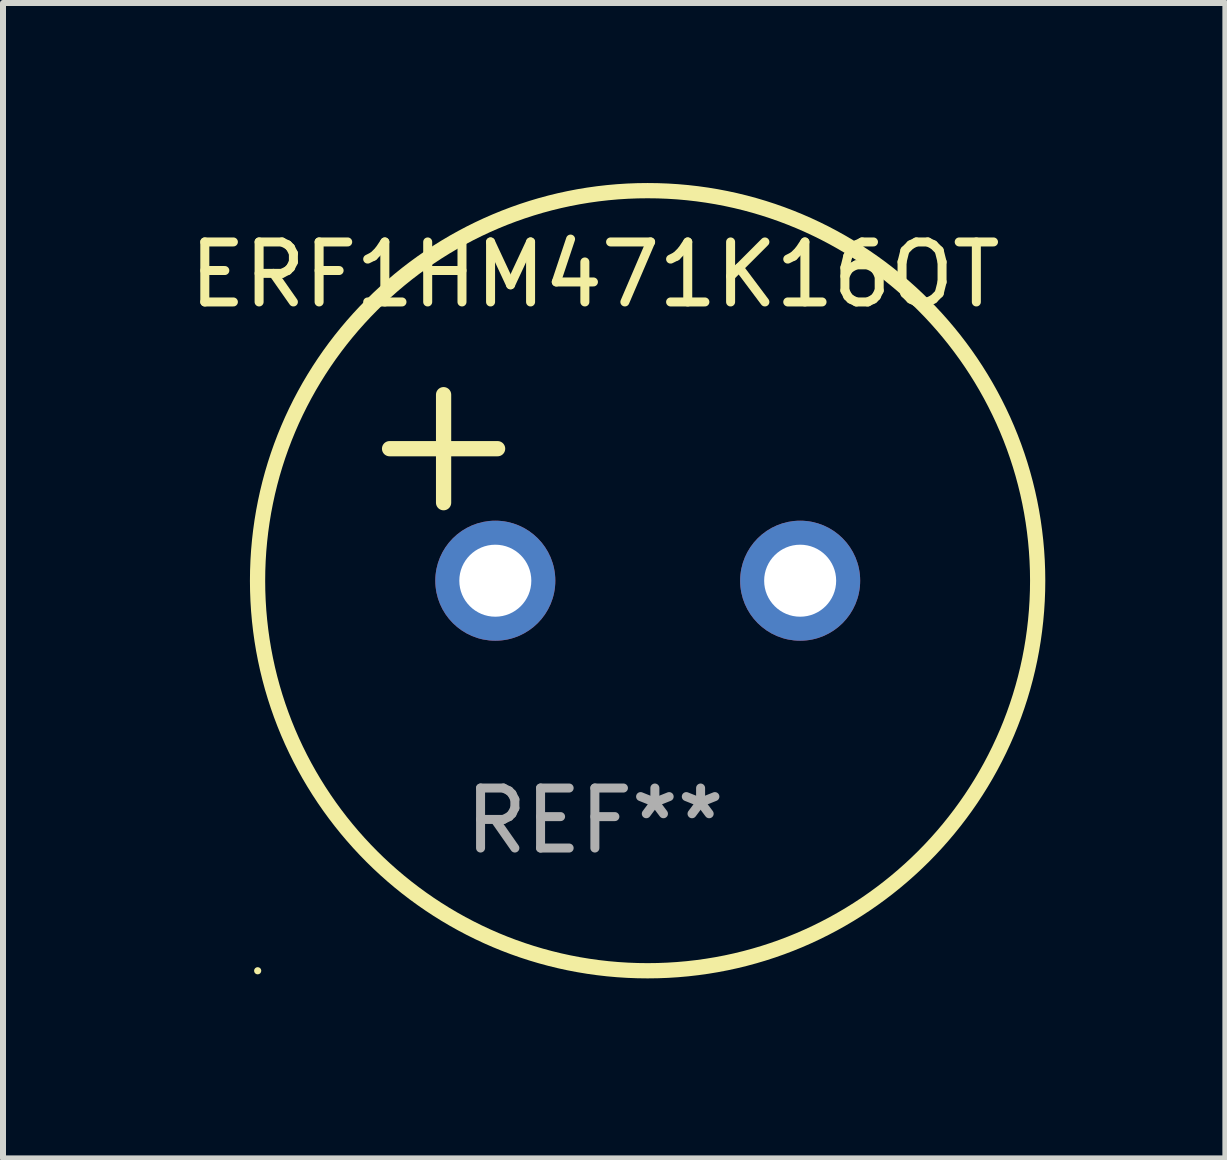
<source format=kicad_pcb>
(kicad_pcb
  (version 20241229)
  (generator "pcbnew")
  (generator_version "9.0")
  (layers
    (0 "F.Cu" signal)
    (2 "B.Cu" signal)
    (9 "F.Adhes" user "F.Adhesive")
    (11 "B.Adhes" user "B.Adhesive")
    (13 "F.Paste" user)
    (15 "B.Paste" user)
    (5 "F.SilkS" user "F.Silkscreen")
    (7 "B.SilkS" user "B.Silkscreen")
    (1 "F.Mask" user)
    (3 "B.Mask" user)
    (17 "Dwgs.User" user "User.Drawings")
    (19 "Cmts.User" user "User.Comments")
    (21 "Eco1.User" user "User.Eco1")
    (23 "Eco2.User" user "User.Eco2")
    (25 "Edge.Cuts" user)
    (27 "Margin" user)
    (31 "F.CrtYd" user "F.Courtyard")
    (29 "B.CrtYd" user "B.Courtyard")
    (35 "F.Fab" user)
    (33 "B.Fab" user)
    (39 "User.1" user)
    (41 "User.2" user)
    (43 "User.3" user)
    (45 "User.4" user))
  (footprint "ERF1HM471K16OT"
    (layer "F.Cu")
    (at 6.863 5.077)
    (property "Reference" "ERF1HM471K16OT" (at 0 -3.55 0) (layer "F.SilkS") (effects (font (size 1 1) (thickness 0.15))))
    (attr through_hole)
    (fp_line (start -3.421 -0.65) (end -1.621 -0.65) (stroke (width 0.254) (type solid)) (layer "F.SilkS"))
    (fp_line (start -2.521 -1.55) (end -2.521 0.25) (stroke (width 0.254) (type solid)) (layer "F.SilkS"))
    (fp_circle (center -5.619 8.05) (end -5.589 8.05) (stroke (width 0.06) (type solid)) (fill no) (layer "F.SilkS"))
    (fp_circle (center 0.879 1.55) (end 7.379 1.55) (stroke (width 0.254) (type solid)) (fill no) (layer "F.SilkS"))
    (fp_text user "REF**" (at 0 5.55 0) (layer "F.Fab") (effects (font (size 1 1) (thickness 0.15))))
    (pad "1" thru_hole circle (at -1.659 1.55) (size 2 2) (drill 1.2) (layers "*.Cu" "*.Mask"))
    (pad "2" thru_hole circle (at 3.421 1.55) (size 2 2) (drill 1.2) (layers "*.Cu" "*.Mask")))
  (gr_rect
    (start -3 -3)
    (end 17.37 16.254)
    (stroke (width 0.1) (type default))
    (fill no)
    (layer "Edge.Cuts")))
</source>
